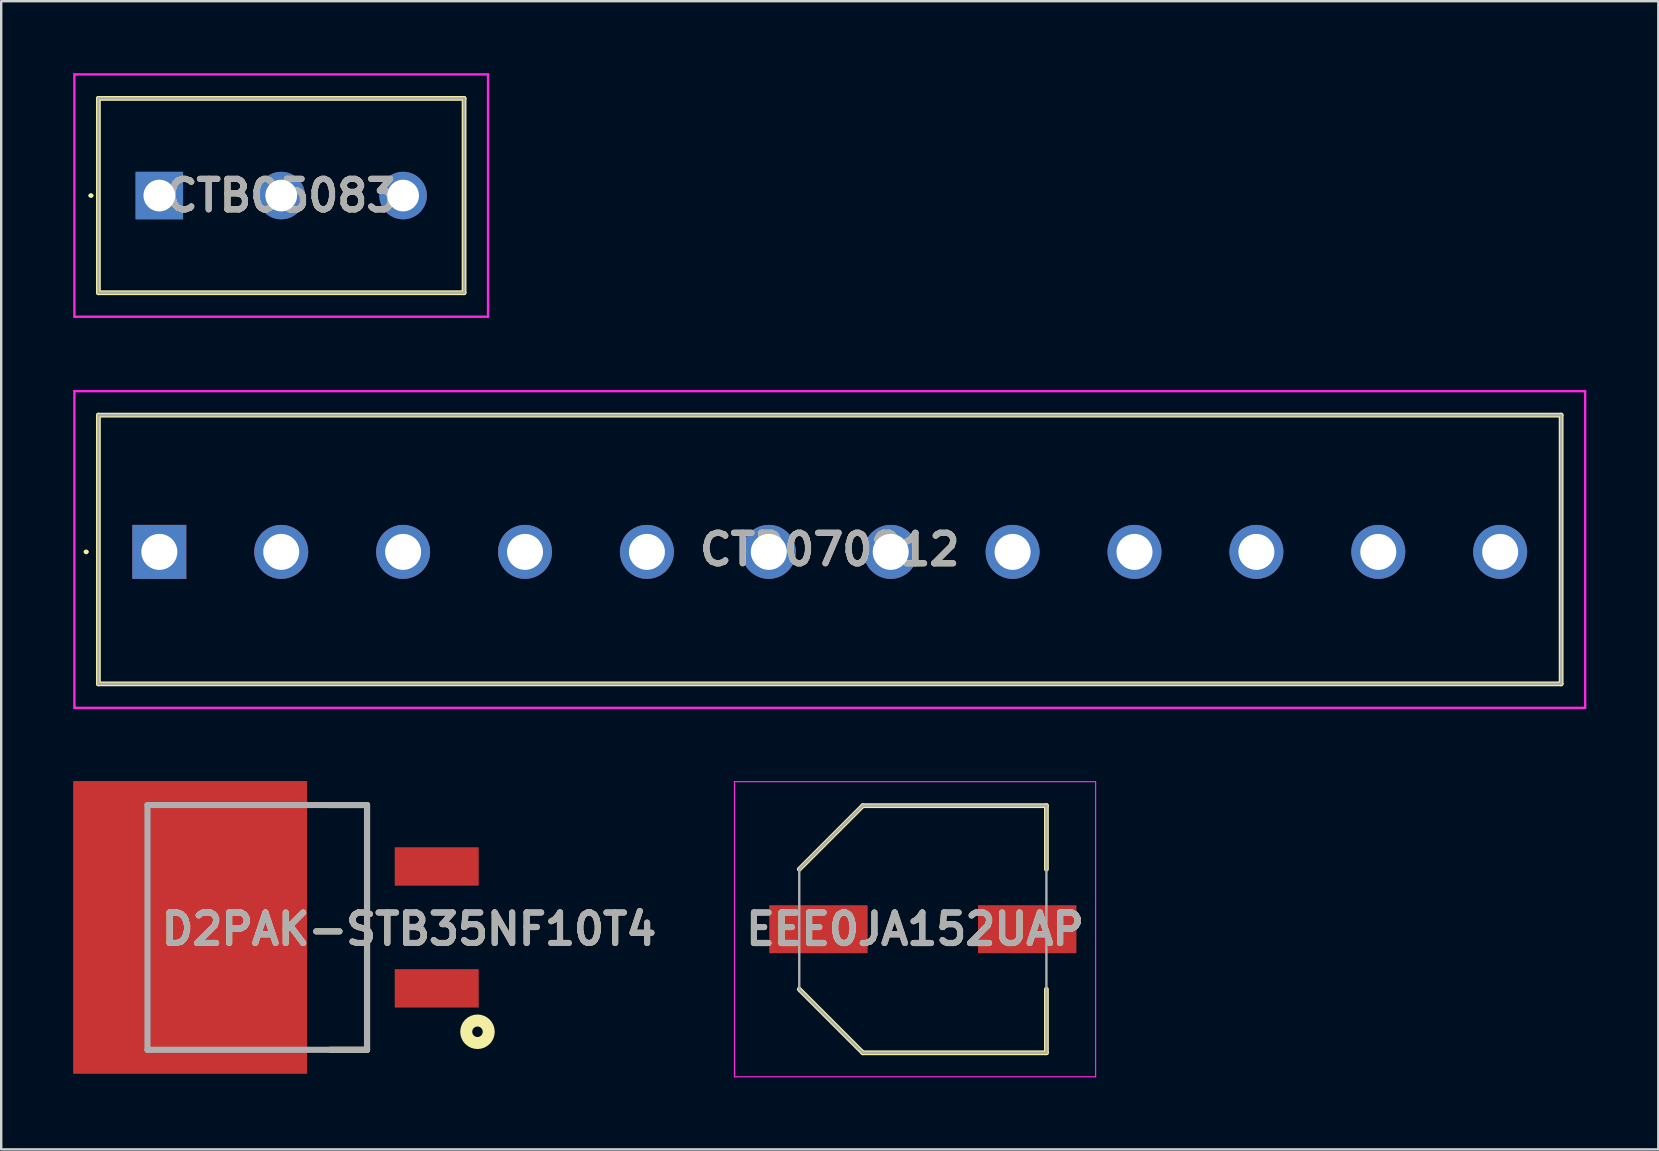
<source format=kicad_pcb>
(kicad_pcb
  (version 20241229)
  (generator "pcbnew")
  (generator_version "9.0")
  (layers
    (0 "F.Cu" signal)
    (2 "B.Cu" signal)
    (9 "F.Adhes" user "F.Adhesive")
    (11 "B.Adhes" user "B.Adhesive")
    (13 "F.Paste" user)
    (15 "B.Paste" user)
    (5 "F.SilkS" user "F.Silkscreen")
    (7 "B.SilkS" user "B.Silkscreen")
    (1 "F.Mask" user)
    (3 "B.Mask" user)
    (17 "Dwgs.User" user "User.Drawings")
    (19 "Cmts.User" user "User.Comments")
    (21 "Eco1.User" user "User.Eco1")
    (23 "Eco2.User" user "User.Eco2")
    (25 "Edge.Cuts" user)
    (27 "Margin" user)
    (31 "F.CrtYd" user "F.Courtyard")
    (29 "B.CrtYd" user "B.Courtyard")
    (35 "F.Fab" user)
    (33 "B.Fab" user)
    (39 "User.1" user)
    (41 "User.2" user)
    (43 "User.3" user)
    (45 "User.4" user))
  (footprint "CTB05083"
    (layer "F.Cu")
    (at 3.59 5.1)
    (property "Reference" "CTB05083" (at 5.08 0 0) (layer "F.SilkS") (effects (font (size 1.27 1.27) (thickness 0.254))))
    (attr through_hole)
    (fp_line (start -2.9 0) (end -2.9 0) (stroke (width 0.1) (type solid)) (layer "F.SilkS"))
    (fp_line (start -2.8 0) (end -2.8 0) (stroke (width 0.1) (type solid)) (layer "F.SilkS"))
    (fp_line (start -2.54 -4.05) (end 12.7 -4.05) (stroke (width 0.2) (type solid)) (layer "F.SilkS"))
    (fp_line (start -2.54 4.05) (end -2.54 -4.05) (stroke (width 0.2) (type solid)) (layer "F.SilkS"))
    (fp_line (start 12.7 -4.05) (end 12.7 4.05) (stroke (width 0.2) (type solid)) (layer "F.SilkS"))
    (fp_line (start 12.7 4.05) (end -2.54 4.05) (stroke (width 0.2) (type solid)) (layer "F.SilkS"))
    (fp_arc (start -2.9 0) (mid -2.85 -0.05) (end -2.8 0) (stroke (width 0.1) (type solid)) (layer "F.SilkS"))
    (fp_arc (start -2.8 0) (mid -2.85 0.05) (end -2.9 0) (stroke (width 0.1) (type solid)) (layer "F.SilkS"))
    (fp_line (start -3.54 -5.05) (end 13.7 -5.05) (stroke (width 0.1) (type solid)) (layer "F.CrtYd"))
    (fp_line (start -3.54 5.05) (end -3.54 -5.05) (stroke (width 0.1) (type solid)) (layer "F.CrtYd"))
    (fp_line (start 13.7 -5.05) (end 13.7 5.05) (stroke (width 0.1) (type solid)) (layer "F.CrtYd"))
    (fp_line (start 13.7 5.05) (end -3.54 5.05) (stroke (width 0.1) (type solid)) (layer "F.CrtYd"))
    (fp_line (start -2.54 -4.05) (end 12.7 -4.05) (stroke (width 0.1) (type solid)) (layer "F.Fab"))
    (fp_line (start -2.54 4.05) (end -2.54 -4.05) (stroke (width 0.1) (type solid)) (layer "F.Fab"))
    (fp_line (start 12.7 -4.05) (end 12.7 4.05) (stroke (width 0.1) (type solid)) (layer "F.Fab"))
    (fp_line (start 12.7 4.05) (end -2.54 4.05) (stroke (width 0.1) (type solid)) (layer "F.Fab"))
    (fp_text user "${REFERENCE}" (at 5.08 0 0) (layer "F.Fab") (effects (font (size 1.27 1.27) (thickness 0.254))))
    (pad "1" thru_hole rect (at 0 0) (size 1.98 1.98) (drill 1.32) (layers "*.Cu" "*.Mask"))
    (pad "2" thru_hole circle (at 5.08 0) (size 1.98 1.98) (drill 1.32) (layers "*.Cu" "*.Mask"))
    (pad "3" thru_hole circle (at 10.16 0) (size 1.98 1.98) (drill 1.32) (layers "*.Cu" "*.Mask")))
  (footprint "EEE0JA152UAP"
    (layer "F.Cu")
    (at 35.409 35.675)
    (property "Reference" "EEE0JA152UAP" (at -0.325 0 0) (layer "F.SilkS") (effects (font (size 1.27 1.27) (thickness 0.254))))
    (attr smd)
    (fp_line (start -6.975 0) (end -6.975 0) (stroke (width 0.05) (type solid)) (layer "F.SilkS"))
    (fp_line (start -6.925 0) (end -6.925 0) (stroke (width 0.05) (type solid)) (layer "F.SilkS"))
    (fp_line (start -5.15 -2.5) (end -2.5 -5.15) (stroke (width 0.2) (type solid)) (layer "F.SilkS"))
    (fp_line (start -5.15 2.5) (end -2.5 5.15) (stroke (width 0.2) (type solid)) (layer "F.SilkS"))
    (fp_line (start -2.5 -5.15) (end 5.15 -5.15) (stroke (width 0.2) (type solid)) (layer "F.SilkS"))
    (fp_line (start -2.5 5.15) (end 5.15 5.15) (stroke (width 0.2) (type solid)) (layer "F.SilkS"))
    (fp_line (start 5.15 -5.15) (end 5.15 -2.5) (stroke (width 0.2) (type solid)) (layer "F.SilkS"))
    (fp_line (start 5.15 5.15) (end 5.15 2.5) (stroke (width 0.2) (type solid)) (layer "F.SilkS"))
    (fp_arc (start -6.975 0) (mid -6.95 -0.025) (end -6.925 0) (stroke (width 0.05) (type solid)) (layer "F.SilkS"))
    (fp_arc (start -6.925 0) (mid -6.95 0.025) (end -6.975 0) (stroke (width 0.05) (type solid)) (layer "F.SilkS"))
    (fp_line (start -7.85 -6.15) (end 7.2 -6.15) (stroke (width 0.05) (type solid)) (layer "F.CrtYd"))
    (fp_line (start -7.85 6.15) (end -7.85 -6.15) (stroke (width 0.05) (type solid)) (layer "F.CrtYd"))
    (fp_line (start 7.2 -6.15) (end 7.2 6.15) (stroke (width 0.05) (type solid)) (layer "F.CrtYd"))
    (fp_line (start 7.2 6.15) (end -7.85 6.15) (stroke (width 0.05) (type solid)) (layer "F.CrtYd"))
    (fp_line (start -5.15 -2.5) (end -2.5 -5.15) (stroke (width 0.1) (type solid)) (layer "F.Fab"))
    (fp_line (start -5.15 -2.5) (end -2.5 -5.15) (stroke (width 0.1) (type solid)) (layer "F.Fab"))
    (fp_line (start -5.15 2.5) (end -5.15 -2.5) (stroke (width 0.1) (type solid)) (layer "F.Fab"))
    (fp_line (start -2.5 -5.15) (end 5.15 -5.15) (stroke (width 0.1) (type solid)) (layer "F.Fab"))
    (fp_line (start -2.5 5.15) (end -5.15 2.5) (stroke (width 0.1) (type solid)) (layer "F.Fab"))
    (fp_line (start 5.15 -5.15) (end 5.15 5.15) (stroke (width 0.1) (type solid)) (layer "F.Fab"))
    (fp_line (start 5.15 5.15) (end -2.5 5.15) (stroke (width 0.1) (type solid)) (layer "F.Fab"))
    (fp_text user "${REFERENCE}" (at -0.325 0 0) (layer "F.Fab") (effects (font (size 1.27 1.27) (thickness 0.254))))
    (pad "1" smd rect (at -4.35 0 90) (size 2 4.1) (layers "F.Cu" "F.Mask" "F.Paste"))
    (pad "2" smd rect (at 4.35 0 90) (size 2 4.1) (layers "F.Cu" "F.Mask" "F.Paste")))
  (footprint "D2PAK-STB35NF10T4"
    (layer "F.Cu")
    (at 12.246 30.5)
    (property "Reference" "D2PAK-STB35NF10T4" (at 1.753 5.174 0) (layer "F.SilkS") (effects (font (size 1.27 1.27) (thickness 0.254))))
    (attr smd)
    (fp_line (start 0 0) (end -1.644 0) (stroke (width 0.254) (type solid)) (layer "F.SilkS"))
    (fp_line (start 0 0) (end 0 10.2) (stroke (width 0.254) (type solid)) (layer "F.SilkS"))
    (fp_line (start 0 10.2) (end -1.535 10.2) (stroke (width 0.254) (type solid)) (layer "F.SilkS"))
    (fp_circle (center 4.603 9.449) (end 4.603 9.668) (stroke (width 0.5) (type solid)) (fill no) (layer "F.SilkS"))
    (fp_line (start -9.15 0) (end 0 0) (stroke (width 0.254) (type solid)) (layer "F.Fab"))
    (fp_line (start -9.15 10.2) (end -9.15 0) (stroke (width 0.254) (type solid)) (layer "F.Fab"))
    (fp_line (start 0 0) (end 0 10.2) (stroke (width 0.254) (type solid)) (layer "F.Fab"))
    (fp_line (start 0 10.2) (end -9.15 10.2) (stroke (width 0.254) (type solid)) (layer "F.Fab"))
    (fp_text user "${REFERENCE}" (at 1.753 5.174 0) (layer "F.Fab") (effects (font (size 1.27 1.27) (thickness 0.254))))
    (pad "1" smd rect (at 2.904 7.64 90) (size 1.6 3.5) (layers "F.Cu" "F.Mask" "F.Paste"))
    (pad "3" smd rect (at 2.904 2.56 90) (size 1.6 3.5) (layers "F.Cu" "F.Mask" "F.Paste"))
    (pad "4" smd rect (at -7.371 5.1) (size 9.75 12.2) (layers "F.Cu" "F.Mask" "F.Paste")))
  (footprint "CTB070812"
    (layer "F.Cu")
    (at 3.59 19.95)
    (property "Reference" "CTB070812" (at 27.94 -0.1 0) (layer "F.SilkS") (effects (font (size 1.27 1.27) (thickness 0.254))))
    (attr through_hole)
    (fp_line (start -3.1 0) (end -3.1 0) (stroke (width 0.1) (type solid)) (layer "F.SilkS"))
    (fp_line (start -3 0) (end -3 0) (stroke (width 0.1) (type solid)) (layer "F.SilkS"))
    (fp_line (start -2.54 -5.7) (end 58.42 -5.7) (stroke (width 0.2) (type solid)) (layer "F.SilkS"))
    (fp_line (start -2.54 5.5) (end -2.54 -5.7) (stroke (width 0.2) (type solid)) (layer "F.SilkS"))
    (fp_line (start 58.42 -5.7) (end 58.42 5.5) (stroke (width 0.2) (type solid)) (layer "F.SilkS"))
    (fp_line (start 58.42 5.5) (end -2.54 5.5) (stroke (width 0.2) (type solid)) (layer "F.SilkS"))
    (fp_arc (start -3.1 0) (mid -3.05 -0.05) (end -3 0) (stroke (width 0.1) (type solid)) (layer "F.SilkS"))
    (fp_arc (start -3 0) (mid -3.05 0.05) (end -3.1 0) (stroke (width 0.1) (type solid)) (layer "F.SilkS"))
    (fp_line (start -3.54 -6.7) (end 59.42 -6.7) (stroke (width 0.1) (type solid)) (layer "F.CrtYd"))
    (fp_line (start -3.54 6.5) (end -3.54 -6.7) (stroke (width 0.1) (type solid)) (layer "F.CrtYd"))
    (fp_line (start 59.42 -6.7) (end 59.42 6.5) (stroke (width 0.1) (type solid)) (layer "F.CrtYd"))
    (fp_line (start 59.42 6.5) (end -3.54 6.5) (stroke (width 0.1) (type solid)) (layer "F.CrtYd"))
    (fp_line (start -2.54 -5.7) (end -2.54 5.5) (stroke (width 0.1) (type solid)) (layer "F.Fab"))
    (fp_line (start -2.54 5.5) (end 58.42 5.5) (stroke (width 0.1) (type solid)) (layer "F.Fab"))
    (fp_line (start 58.42 -5.7) (end -2.54 -5.7) (stroke (width 0.1) (type solid)) (layer "F.Fab"))
    (fp_line (start 58.42 5.5) (end 58.42 -5.7) (stroke (width 0.1) (type solid)) (layer "F.Fab"))
    (fp_text user "${REFERENCE}" (at 27.94 -0.1 0) (layer "F.Fab") (effects (font (size 1.27 1.27) (thickness 0.254))))
    (pad "1" thru_hole rect (at 0 0) (size 2.25 2.25) (drill 1.5) (layers "*.Cu" "*.Mask"))
    (pad "2" thru_hole circle (at 5.08 0) (size 2.25 2.25) (drill 1.5) (layers "*.Cu" "*.Mask"))
    (pad "3" thru_hole circle (at 10.16 0) (size 2.25 2.25) (drill 1.5) (layers "*.Cu" "*.Mask"))
    (pad "4" thru_hole circle (at 15.24 0) (size 2.25 2.25) (drill 1.5) (layers "*.Cu" "*.Mask"))
    (pad "5" thru_hole circle (at 20.32 0) (size 2.25 2.25) (drill 1.5) (layers "*.Cu" "*.Mask"))
    (pad "6" thru_hole circle (at 25.4 0) (size 2.25 2.25) (drill 1.5) (layers "*.Cu" "*.Mask"))
    (pad "7" thru_hole circle (at 30.48 0) (size 2.25 2.25) (drill 1.5) (layers "*.Cu" "*.Mask"))
    (pad "8" thru_hole circle (at 35.56 0) (size 2.25 2.25) (drill 1.5) (layers "*.Cu" "*.Mask"))
    (pad "9" thru_hole circle (at 40.64 0) (size 2.25 2.25) (drill 1.5) (layers "*.Cu" "*.Mask"))
    (pad "10" thru_hole circle (at 45.72 0) (size 2.25 2.25) (drill 1.5) (layers "*.Cu" "*.Mask"))
    (pad "11" thru_hole circle (at 50.8 0) (size 2.25 2.25) (drill 1.5) (layers "*.Cu" "*.Mask"))
    (pad "12" thru_hole circle (at 55.88 0) (size 2.25 2.25) (drill 1.5) (layers "*.Cu" "*.Mask")))
  (gr_rect
    (start -3 -3)
    (end 66.06 44.85)
    (stroke (width 0.1) (type default))
    (fill no)
    (layer "Edge.Cuts")))
</source>
